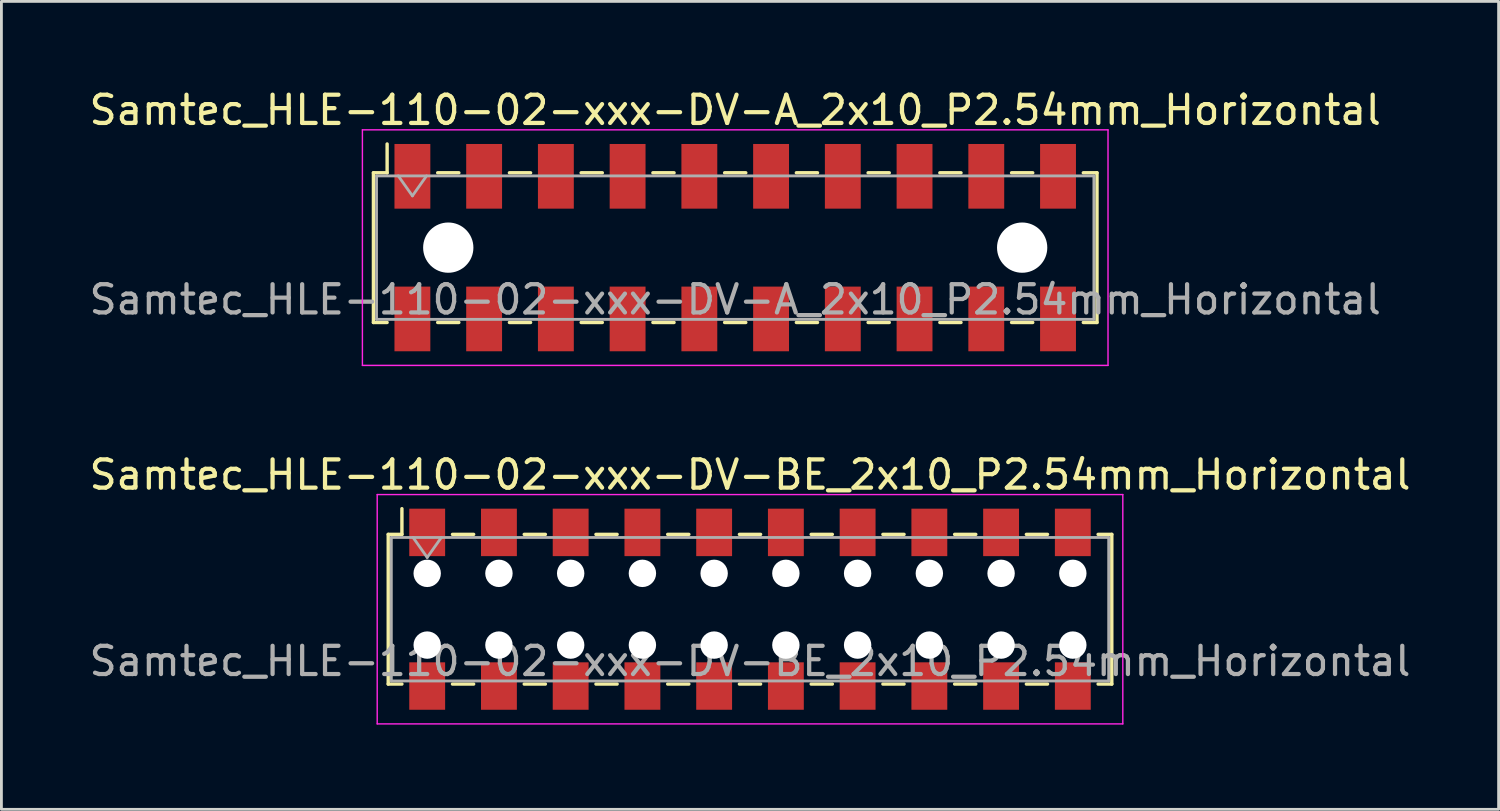
<source format=kicad_pcb>
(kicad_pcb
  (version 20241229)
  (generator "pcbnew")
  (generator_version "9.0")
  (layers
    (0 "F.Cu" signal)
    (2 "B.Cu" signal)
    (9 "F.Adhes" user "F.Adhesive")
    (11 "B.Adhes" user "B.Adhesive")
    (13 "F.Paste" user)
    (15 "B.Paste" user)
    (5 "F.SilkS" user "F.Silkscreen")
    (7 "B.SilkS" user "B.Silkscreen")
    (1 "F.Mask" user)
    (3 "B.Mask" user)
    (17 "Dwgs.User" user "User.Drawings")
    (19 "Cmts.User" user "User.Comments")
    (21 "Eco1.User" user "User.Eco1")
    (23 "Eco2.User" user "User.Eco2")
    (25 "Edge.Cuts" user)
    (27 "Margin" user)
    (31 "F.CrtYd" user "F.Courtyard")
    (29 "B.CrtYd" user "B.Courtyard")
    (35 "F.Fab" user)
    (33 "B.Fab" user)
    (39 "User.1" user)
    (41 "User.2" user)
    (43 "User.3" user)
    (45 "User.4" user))
  (footprint "Samtec_HLE-110-02-xxx-DV-BE_2x10_P2.54mm_Horizontal"
    (layer "F.Cu")
    (at 23.506 18.521)
    (property "Reference" "Samtec_HLE-110-02-xxx-DV-BE_2x10_P2.54mm_Horizontal" (at 0 -4.76 0) (layer "F.SilkS") (effects (font (size 1 1) (thickness 0.15))))
    (attr smd)
    (fp_line (start -12.81 -2.65) (end -12.81 2.65) (stroke (width 0.12) (type solid)) (layer "F.SilkS"))
    (fp_line (start -12.81 2.65) (end -12.325 2.65) (stroke (width 0.12) (type solid)) (layer "F.SilkS"))
    (fp_line (start -12.325 -3.56) (end -12.325 -2.65) (stroke (width 0.12) (type solid)) (layer "F.SilkS"))
    (fp_line (start -12.325 -2.65) (end -12.81 -2.65) (stroke (width 0.12) (type solid)) (layer "F.SilkS"))
    (fp_line (start -10.535 -2.65) (end -9.785 -2.65) (stroke (width 0.12) (type solid)) (layer "F.SilkS"))
    (fp_line (start -10.535 2.65) (end -9.785 2.65) (stroke (width 0.12) (type solid)) (layer "F.SilkS"))
    (fp_line (start -7.995 -2.65) (end -7.245 -2.65) (stroke (width 0.12) (type solid)) (layer "F.SilkS"))
    (fp_line (start -7.995 2.65) (end -7.245 2.65) (stroke (width 0.12) (type solid)) (layer "F.SilkS"))
    (fp_line (start -5.455 -2.65) (end -4.705 -2.65) (stroke (width 0.12) (type solid)) (layer "F.SilkS"))
    (fp_line (start -5.455 2.65) (end -4.705 2.65) (stroke (width 0.12) (type solid)) (layer "F.SilkS"))
    (fp_line (start -2.915 -2.65) (end -2.165 -2.65) (stroke (width 0.12) (type solid)) (layer "F.SilkS"))
    (fp_line (start -2.915 2.65) (end -2.165 2.65) (stroke (width 0.12) (type solid)) (layer "F.SilkS"))
    (fp_line (start -0.375 -2.65) (end 0.375 -2.65) (stroke (width 0.12) (type solid)) (layer "F.SilkS"))
    (fp_line (start -0.375 2.65) (end 0.375 2.65) (stroke (width 0.12) (type solid)) (layer "F.SilkS"))
    (fp_line (start 2.165 -2.65) (end 2.915 -2.65) (stroke (width 0.12) (type solid)) (layer "F.SilkS"))
    (fp_line (start 2.165 2.65) (end 2.915 2.65) (stroke (width 0.12) (type solid)) (layer "F.SilkS"))
    (fp_line (start 4.705 -2.65) (end 5.455 -2.65) (stroke (width 0.12) (type solid)) (layer "F.SilkS"))
    (fp_line (start 4.705 2.65) (end 5.455 2.65) (stroke (width 0.12) (type solid)) (layer "F.SilkS"))
    (fp_line (start 7.245 -2.65) (end 7.995 -2.65) (stroke (width 0.12) (type solid)) (layer "F.SilkS"))
    (fp_line (start 7.245 2.65) (end 7.995 2.65) (stroke (width 0.12) (type solid)) (layer "F.SilkS"))
    (fp_line (start 9.785 -2.65) (end 10.535 -2.65) (stroke (width 0.12) (type solid)) (layer "F.SilkS"))
    (fp_line (start 9.785 2.65) (end 10.535 2.65) (stroke (width 0.12) (type solid)) (layer "F.SilkS"))
    (fp_line (start 12.325 -2.65) (end 12.81 -2.65) (stroke (width 0.12) (type solid)) (layer "F.SilkS"))
    (fp_line (start 12.81 -2.65) (end 12.81 2.65) (stroke (width 0.12) (type solid)) (layer "F.SilkS"))
    (fp_line (start 12.81 2.65) (end 12.325 2.65) (stroke (width 0.12) (type solid)) (layer "F.SilkS"))
    (fp_line (start -13.2 -4.06) (end 13.2 -4.06) (stroke (width 0.05) (type solid)) (layer "F.CrtYd"))
    (fp_line (start -13.2 4.06) (end -13.2 -4.06) (stroke (width 0.05) (type solid)) (layer "F.CrtYd"))
    (fp_line (start 13.2 -4.06) (end 13.2 4.06) (stroke (width 0.05) (type solid)) (layer "F.CrtYd"))
    (fp_line (start 13.2 4.06) (end -13.2 4.06) (stroke (width 0.05) (type solid)) (layer "F.CrtYd"))
    (fp_line (start -12.7 -2.54) (end 12.7 -2.54) (stroke (width 0.1) (type solid)) (layer "F.Fab"))
    (fp_line (start -12.7 2.54) (end -12.7 -2.54) (stroke (width 0.1) (type solid)) (layer "F.Fab"))
    (fp_line (start -11.93 -2.54) (end -11.43 -1.833) (stroke (width 0.1) (type solid)) (layer "F.Fab"))
    (fp_line (start -11.43 -1.833) (end -10.93 -2.54) (stroke (width 0.1) (type solid)) (layer "F.Fab"))
    (fp_line (start 12.7 -2.54) (end 12.7 2.54) (stroke (width 0.1) (type solid)) (layer "F.Fab"))
    (fp_line (start 12.7 2.54) (end -12.7 2.54) (stroke (width 0.1) (type solid)) (layer "F.Fab"))
    (fp_text user "${REFERENCE}" (at 0 1.84 0) (layer "F.Fab") (effects (font (size 1 1) (thickness 0.15))))
    (pad "" np_thru_hole circle (at -11.43 -1.27) (size 0.97 0.97) (drill 0.97) (layers "*.Cu" "*.Mask"))
    (pad "" np_thru_hole circle (at -11.43 1.27) (size 0.97 0.97) (drill 0.97) (layers "*.Cu" "*.Mask"))
    (pad "" np_thru_hole circle (at -8.89 -1.27) (size 0.97 0.97) (drill 0.97) (layers "*.Cu" "*.Mask"))
    (pad "" np_thru_hole circle (at -8.89 1.27) (size 0.97 0.97) (drill 0.97) (layers "*.Cu" "*.Mask"))
    (pad "" np_thru_hole circle (at -6.35 -1.27) (size 0.97 0.97) (drill 0.97) (layers "*.Cu" "*.Mask"))
    (pad "" np_thru_hole circle (at -6.35 1.27) (size 0.97 0.97) (drill 0.97) (layers "*.Cu" "*.Mask"))
    (pad "" np_thru_hole circle (at -3.81 -1.27) (size 0.97 0.97) (drill 0.97) (layers "*.Cu" "*.Mask"))
    (pad "" np_thru_hole circle (at -3.81 1.27) (size 0.97 0.97) (drill 0.97) (layers "*.Cu" "*.Mask"))
    (pad "" np_thru_hole circle (at -1.27 -1.27) (size 0.97 0.97) (drill 0.97) (layers "*.Cu" "*.Mask"))
    (pad "" np_thru_hole circle (at -1.27 1.27) (size 0.97 0.97) (drill 0.97) (layers "*.Cu" "*.Mask"))
    (pad "" np_thru_hole circle (at 1.27 -1.27) (size 0.97 0.97) (drill 0.97) (layers "*.Cu" "*.Mask"))
    (pad "" np_thru_hole circle (at 1.27 1.27) (size 0.97 0.97) (drill 0.97) (layers "*.Cu" "*.Mask"))
    (pad "" np_thru_hole circle (at 3.81 -1.27) (size 0.97 0.97) (drill 0.97) (layers "*.Cu" "*.Mask"))
    (pad "" np_thru_hole circle (at 3.81 1.27) (size 0.97 0.97) (drill 0.97) (layers "*.Cu" "*.Mask"))
    (pad "" np_thru_hole circle (at 6.35 -1.27) (size 0.97 0.97) (drill 0.97) (layers "*.Cu" "*.Mask"))
    (pad "" np_thru_hole circle (at 6.35 1.27) (size 0.97 0.97) (drill 0.97) (layers "*.Cu" "*.Mask"))
    (pad "" np_thru_hole circle (at 8.89 -1.27) (size 0.97 0.97) (drill 0.97) (layers "*.Cu" "*.Mask"))
    (pad "" np_thru_hole circle (at 8.89 1.27) (size 0.97 0.97) (drill 0.97) (layers "*.Cu" "*.Mask"))
    (pad "" np_thru_hole circle (at 11.43 -1.27) (size 0.97 0.97) (drill 0.97) (layers "*.Cu" "*.Mask"))
    (pad "" np_thru_hole circle (at 11.43 1.27) (size 0.97 0.97) (drill 0.97) (layers "*.Cu" "*.Mask"))
    (pad "1" smd rect (at -11.43 -2.72) (size 1.27 1.68) (layers "F.Cu" "F.Mask" "F.Paste"))
    (pad "2" smd rect (at -11.43 2.72) (size 1.27 1.68) (layers "F.Cu" "F.Mask" "F.Paste"))
    (pad "3" smd rect (at -8.89 -2.72) (size 1.27 1.68) (layers "F.Cu" "F.Mask" "F.Paste"))
    (pad "4" smd rect (at -8.89 2.72) (size 1.27 1.68) (layers "F.Cu" "F.Mask" "F.Paste"))
    (pad "5" smd rect (at -6.35 -2.72) (size 1.27 1.68) (layers "F.Cu" "F.Mask" "F.Paste"))
    (pad "6" smd rect (at -6.35 2.72) (size 1.27 1.68) (layers "F.Cu" "F.Mask" "F.Paste"))
    (pad "7" smd rect (at -3.81 -2.72) (size 1.27 1.68) (layers "F.Cu" "F.Mask" "F.Paste"))
    (pad "8" smd rect (at -3.81 2.72) (size 1.27 1.68) (layers "F.Cu" "F.Mask" "F.Paste"))
    (pad "9" smd rect (at -1.27 -2.72) (size 1.27 1.68) (layers "F.Cu" "F.Mask" "F.Paste"))
    (pad "10" smd rect (at -1.27 2.72) (size 1.27 1.68) (layers "F.Cu" "F.Mask" "F.Paste"))
    (pad "11" smd rect (at 1.27 -2.72) (size 1.27 1.68) (layers "F.Cu" "F.Mask" "F.Paste"))
    (pad "12" smd rect (at 1.27 2.72) (size 1.27 1.68) (layers "F.Cu" "F.Mask" "F.Paste"))
    (pad "13" smd rect (at 3.81 -2.72) (size 1.27 1.68) (layers "F.Cu" "F.Mask" "F.Paste"))
    (pad "14" smd rect (at 3.81 2.72) (size 1.27 1.68) (layers "F.Cu" "F.Mask" "F.Paste"))
    (pad "15" smd rect (at 6.35 -2.72) (size 1.27 1.68) (layers "F.Cu" "F.Mask" "F.Paste"))
    (pad "16" smd rect (at 6.35 2.72) (size 1.27 1.68) (layers "F.Cu" "F.Mask" "F.Paste"))
    (pad "17" smd rect (at 8.89 -2.72) (size 1.27 1.68) (layers "F.Cu" "F.Mask" "F.Paste"))
    (pad "18" smd rect (at 8.89 2.72) (size 1.27 1.68) (layers "F.Cu" "F.Mask" "F.Paste"))
    (pad "19" smd rect (at 11.43 -2.72) (size 1.27 1.68) (layers "F.Cu" "F.Mask" "F.Paste"))
    (pad "20" smd rect (at 11.43 2.72) (size 1.27 1.68) (layers "F.Cu" "F.Mask" "F.Paste")))
  (footprint "Samtec_HLE-110-02-xxx-DV-A_2x10_P2.54mm_Horizontal"
    (layer "F.Cu")
    (at 22.982 5.718)
    (property "Reference" "Samtec_HLE-110-02-xxx-DV-A_2x10_P2.54mm_Horizontal" (at 0 -4.87 0) (layer "F.SilkS") (effects (font (size 1 1) (thickness 0.15))))
    (attr smd)
    (fp_line (start -12.81 -2.65) (end -12.81 2.65) (stroke (width 0.12) (type solid)) (layer "F.SilkS"))
    (fp_line (start -12.81 2.65) (end -12.325 2.65) (stroke (width 0.12) (type solid)) (layer "F.SilkS"))
    (fp_line (start -12.325 -3.67) (end -12.325 -2.65) (stroke (width 0.12) (type solid)) (layer "F.SilkS"))
    (fp_line (start -12.325 -2.65) (end -12.81 -2.65) (stroke (width 0.12) (type solid)) (layer "F.SilkS"))
    (fp_line (start -10.535 -2.65) (end -9.785 -2.65) (stroke (width 0.12) (type solid)) (layer "F.SilkS"))
    (fp_line (start -10.535 2.65) (end -9.785 2.65) (stroke (width 0.12) (type solid)) (layer "F.SilkS"))
    (fp_line (start -7.995 -2.65) (end -7.245 -2.65) (stroke (width 0.12) (type solid)) (layer "F.SilkS"))
    (fp_line (start -7.995 2.65) (end -7.245 2.65) (stroke (width 0.12) (type solid)) (layer "F.SilkS"))
    (fp_line (start -5.455 -2.65) (end -4.705 -2.65) (stroke (width 0.12) (type solid)) (layer "F.SilkS"))
    (fp_line (start -5.455 2.65) (end -4.705 2.65) (stroke (width 0.12) (type solid)) (layer "F.SilkS"))
    (fp_line (start -2.915 -2.65) (end -2.165 -2.65) (stroke (width 0.12) (type solid)) (layer "F.SilkS"))
    (fp_line (start -2.915 2.65) (end -2.165 2.65) (stroke (width 0.12) (type solid)) (layer "F.SilkS"))
    (fp_line (start -0.375 -2.65) (end 0.375 -2.65) (stroke (width 0.12) (type solid)) (layer "F.SilkS"))
    (fp_line (start -0.375 2.65) (end 0.375 2.65) (stroke (width 0.12) (type solid)) (layer "F.SilkS"))
    (fp_line (start 2.165 -2.65) (end 2.915 -2.65) (stroke (width 0.12) (type solid)) (layer "F.SilkS"))
    (fp_line (start 2.165 2.65) (end 2.915 2.65) (stroke (width 0.12) (type solid)) (layer "F.SilkS"))
    (fp_line (start 4.705 -2.65) (end 5.455 -2.65) (stroke (width 0.12) (type solid)) (layer "F.SilkS"))
    (fp_line (start 4.705 2.65) (end 5.455 2.65) (stroke (width 0.12) (type solid)) (layer "F.SilkS"))
    (fp_line (start 7.245 -2.65) (end 7.995 -2.65) (stroke (width 0.12) (type solid)) (layer "F.SilkS"))
    (fp_line (start 7.245 2.65) (end 7.995 2.65) (stroke (width 0.12) (type solid)) (layer "F.SilkS"))
    (fp_line (start 9.785 -2.65) (end 10.535 -2.65) (stroke (width 0.12) (type solid)) (layer "F.SilkS"))
    (fp_line (start 9.785 2.65) (end 10.535 2.65) (stroke (width 0.12) (type solid)) (layer "F.SilkS"))
    (fp_line (start 12.325 -2.65) (end 12.81 -2.65) (stroke (width 0.12) (type solid)) (layer "F.SilkS"))
    (fp_line (start 12.81 -2.65) (end 12.81 2.65) (stroke (width 0.12) (type solid)) (layer "F.SilkS"))
    (fp_line (start 12.81 2.65) (end 12.325 2.65) (stroke (width 0.12) (type solid)) (layer "F.SilkS"))
    (fp_line (start -13.2 -4.17) (end 13.2 -4.17) (stroke (width 0.05) (type solid)) (layer "F.CrtYd"))
    (fp_line (start -13.2 4.17) (end -13.2 -4.17) (stroke (width 0.05) (type solid)) (layer "F.CrtYd"))
    (fp_line (start 13.2 -4.17) (end 13.2 4.17) (stroke (width 0.05) (type solid)) (layer "F.CrtYd"))
    (fp_line (start 13.2 4.17) (end -13.2 4.17) (stroke (width 0.05) (type solid)) (layer "F.CrtYd"))
    (fp_line (start -12.7 -2.54) (end 12.7 -2.54) (stroke (width 0.1) (type solid)) (layer "F.Fab"))
    (fp_line (start -12.7 2.54) (end -12.7 -2.54) (stroke (width 0.1) (type solid)) (layer "F.Fab"))
    (fp_line (start -11.93 -2.54) (end -11.43 -1.833) (stroke (width 0.1) (type solid)) (layer "F.Fab"))
    (fp_line (start -11.43 -1.833) (end -10.93 -2.54) (stroke (width 0.1) (type solid)) (layer "F.Fab"))
    (fp_line (start 12.7 -2.54) (end 12.7 2.54) (stroke (width 0.1) (type solid)) (layer "F.Fab"))
    (fp_line (start 12.7 2.54) (end -12.7 2.54) (stroke (width 0.1) (type solid)) (layer "F.Fab"))
    (fp_text user "${REFERENCE}" (at 0 1.84 0) (layer "F.Fab") (effects (font (size 1 1) (thickness 0.15))))
    (pad "" np_thru_hole circle (at -10.16 0) (size 1.78 1.78) (drill 1.78) (layers "*.Cu" "*.Mask"))
    (pad "" np_thru_hole circle (at 10.16 0) (size 1.78 1.78) (drill 1.78) (layers "*.Cu" "*.Mask"))
    (pad "1" smd rect (at -11.43 -2.525) (size 1.27 2.29) (layers "F.Cu" "F.Mask" "F.Paste"))
    (pad "2" smd rect (at -11.43 2.525) (size 1.27 2.29) (layers "F.Cu" "F.Mask" "F.Paste"))
    (pad "3" smd rect (at -8.89 -2.525) (size 1.27 2.29) (layers "F.Cu" "F.Mask" "F.Paste"))
    (pad "4" smd rect (at -8.89 2.525) (size 1.27 2.29) (layers "F.Cu" "F.Mask" "F.Paste"))
    (pad "5" smd rect (at -6.35 -2.525) (size 1.27 2.29) (layers "F.Cu" "F.Mask" "F.Paste"))
    (pad "6" smd rect (at -6.35 2.525) (size 1.27 2.29) (layers "F.Cu" "F.Mask" "F.Paste"))
    (pad "7" smd rect (at -3.81 -2.525) (size 1.27 2.29) (layers "F.Cu" "F.Mask" "F.Paste"))
    (pad "8" smd rect (at -3.81 2.525) (size 1.27 2.29) (layers "F.Cu" "F.Mask" "F.Paste"))
    (pad "9" smd rect (at -1.27 -2.525) (size 1.27 2.29) (layers "F.Cu" "F.Mask" "F.Paste"))
    (pad "10" smd rect (at -1.27 2.525) (size 1.27 2.29) (layers "F.Cu" "F.Mask" "F.Paste"))
    (pad "11" smd rect (at 1.27 -2.525) (size 1.27 2.29) (layers "F.Cu" "F.Mask" "F.Paste"))
    (pad "12" smd rect (at 1.27 2.525) (size 1.27 2.29) (layers "F.Cu" "F.Mask" "F.Paste"))
    (pad "13" smd rect (at 3.81 -2.525) (size 1.27 2.29) (layers "F.Cu" "F.Mask" "F.Paste"))
    (pad "14" smd rect (at 3.81 2.525) (size 1.27 2.29) (layers "F.Cu" "F.Mask" "F.Paste"))
    (pad "15" smd rect (at 6.35 -2.525) (size 1.27 2.29) (layers "F.Cu" "F.Mask" "F.Paste"))
    (pad "16" smd rect (at 6.35 2.525) (size 1.27 2.29) (layers "F.Cu" "F.Mask" "F.Paste"))
    (pad "17" smd rect (at 8.89 -2.525) (size 1.27 2.29) (layers "F.Cu" "F.Mask" "F.Paste"))
    (pad "18" smd rect (at 8.89 2.525) (size 1.27 2.29) (layers "F.Cu" "F.Mask" "F.Paste"))
    (pad "19" smd rect (at 11.43 -2.525) (size 1.27 2.29) (layers "F.Cu" "F.Mask" "F.Paste"))
    (pad "20" smd rect (at 11.43 2.525) (size 1.27 2.29) (layers "F.Cu" "F.Mask" "F.Paste")))
  (gr_rect
    (start -3 -3)
    (end 50.012 25.607)
    (stroke (width 0.1) (type default))
    (fill no)
    (layer "Edge.Cuts")))
</source>
